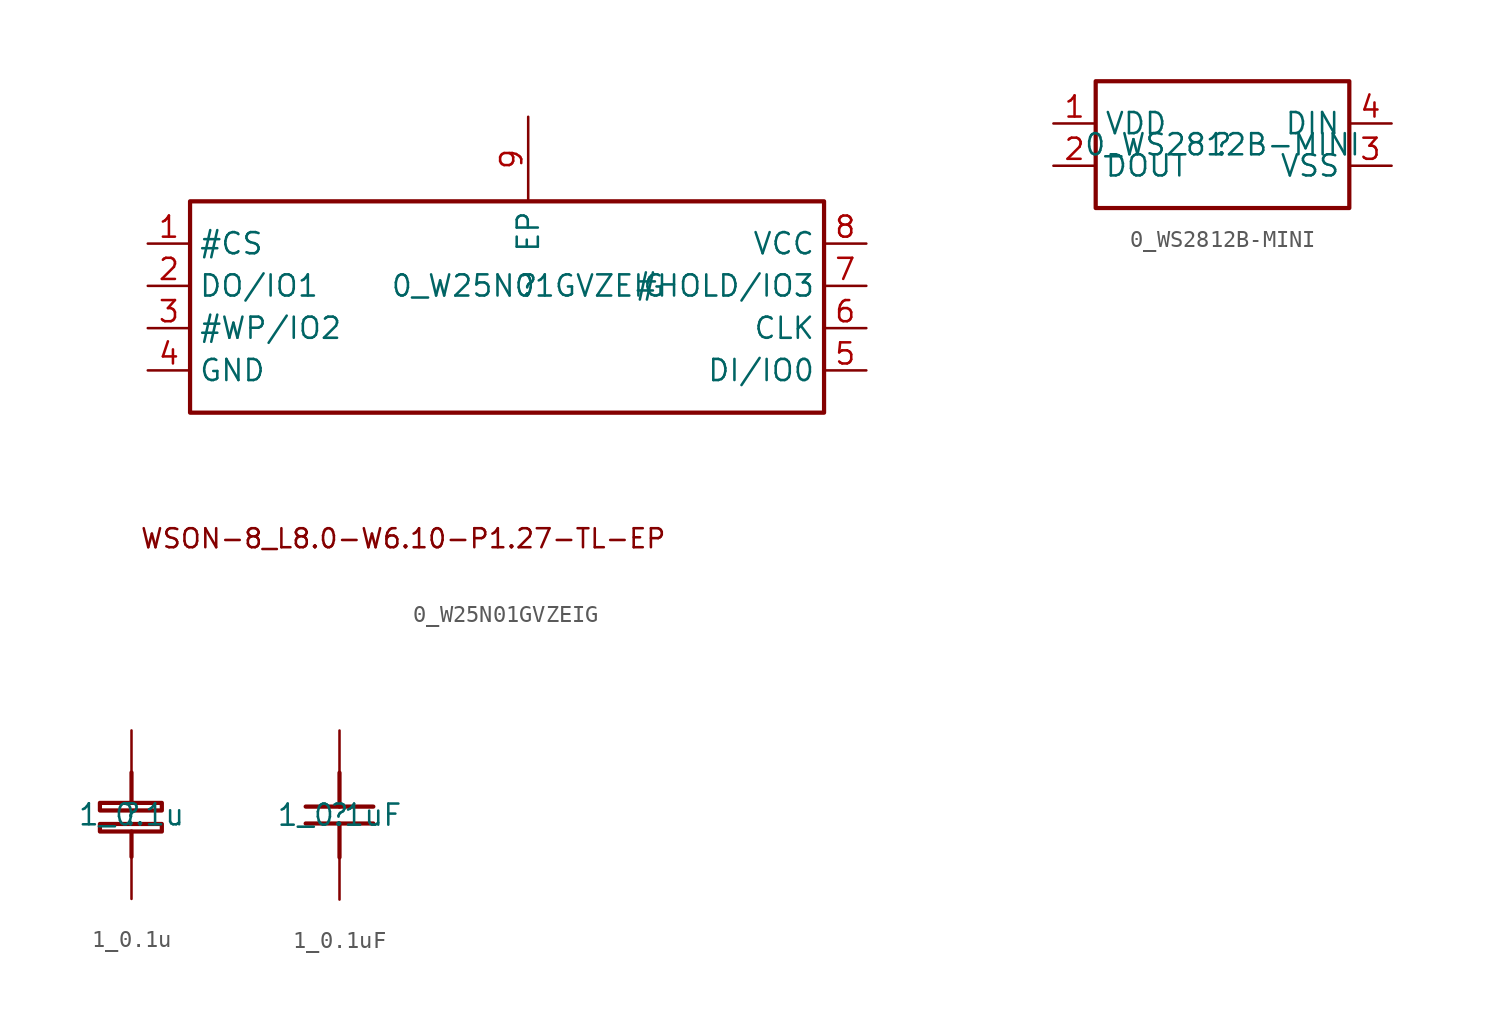
<source format=kicad_sym>
(kicad_symbol_lib
  (version 20211014)
  (generator kicad_symbol_editor)
  (symbol "0_W25N01GVZEIG"
    (property "Reference" ""
      (at 0 0 0)
      (effects (font (size 1.27 1.27))))
    (property "Value" "0_W25N01GVZEIG"
      (at 0 0 0)
      (effects (font (size 1.27 1.27))))
    (symbol "0_W25N01GVZEIG_1_0"
      (rectangle (start 17.78 5.08) (end -20.32 -7.62) (stroke (width 0.254) (type default) (color 0 0 0 0)) (fill (type none)))
      (text "WSON-8_L8.0-W6.10-P1.27-TL-EP" (at -23.368 -15.854 0) (effects (font (size 1.143 1.143)) (justify left bottom)))
      (pin passive line (at -22.86 2.54 0) (length 2.54) (name "#CS" (effects (font (size 1.27 1.27)))) (number "1" (effects (font (size 1.27 1.27)))))
      (pin passive line (at -22.86 0 0) (length 2.54) (name "DO/IO1" (effects (font (size 1.27 1.27)))) (number "2" (effects (font (size 1.27 1.27)))))
      (pin passive line (at -22.86 -2.54 0) (length 2.54) (name "#WP/IO2" (effects (font (size 1.27 1.27)))) (number "3" (effects (font (size 1.27 1.27)))))
      (pin passive line (at -22.86 -5.08 0) (length 2.54) (name "GND" (effects (font (size 1.27 1.27)))) (number "4" (effects (font (size 1.27 1.27)))))
      (pin passive line (at 20.32 -5.08 180) (length 2.54) (name "DI/IO0" (effects (font (size 1.27 1.27)))) (number "5" (effects (font (size 1.27 1.27)))))
      (pin passive line (at 20.32 -2.54 180) (length 2.54) (name "CLK" (effects (font (size 1.27 1.27)))) (number "6" (effects (font (size 1.27 1.27)))))
      (pin passive line (at 20.32 0 180) (length 2.54) (name "#HOLD/IO3" (effects (font (size 1.27 1.27)))) (number "7" (effects (font (size 1.27 1.27)))))
      (pin passive line (at 20.32 2.54 180) (length 2.54) (name "VCC" (effects (font (size 1.27 1.27)))) (number "8" (effects (font (size 1.27 1.27)))))
      (pin passive line (at 0 10.16 270) (length 5.08) (name "EP" (effects (font (size 1.27 1.27)))) (number "9" (effects (font (size 1.27 1.27)))))))
  (symbol "0_WS2812B-MINI"
    (property "Reference" ""
      (at 0 0 0)
      (effects (font (size 1.27 1.27))))
    (property "Value" "0_WS2812B-MINI"
      (at 0 0 0)
      (effects (font (size 1.27 1.27))))
    (symbol "0_WS2812B-MINI_1_0"
      (rectangle (start 7.62 3.81) (end -7.62 -3.81) (stroke (width 0.254) (type default) (color 0 0 0 0)) (fill (type none)))
      (pin passive line (at -10.16 1.27 0) (length 2.54) (name "VDD" (effects (font (size 1.27 1.27)))) (number "1" (effects (font (size 1.27 1.27)))))
      (pin passive line (at -10.16 -1.27 0) (length 2.54) (name "DOUT" (effects (font (size 1.27 1.27)))) (number "2" (effects (font (size 1.27 1.27)))))
      (pin passive line (at 10.16 -1.27 180) (length 2.54) (name "VSS" (effects (font (size 1.27 1.27)))) (number "3" (effects (font (size 1.27 1.27)))))
      (pin passive line (at 10.16 1.27 180) (length 2.54) (name "DIN" (effects (font (size 1.27 1.27)))) (number "4" (effects (font (size 1.27 1.27)))))))
  (symbol "1_0.1u"
    (property "Reference" ""
      (at 0 0 0)
      (effects (font (size 1.27 1.27))))
    (property "Value" "1_0.1u"
      (at 0 0 0)
      (effects (font (size 1.27 1.27))))
    (symbol "1_0.1u_1_0"
      (polyline (pts (xy 0 -2.54) (xy 0 -1.016)) (stroke (width 0.254) (type default) (color 0 0 0 0)) (fill (type none)))
      (polyline (pts (xy 0 2.54) (xy 0 0.762)) (stroke (width 0.254) (type default) (color 0 0 0 0)) (fill (type none)))
      (rectangle (start 1.829 -0.559) (end -1.905 -1.016) (stroke (width 0.254) (type default) (color 0 0 0 0)) (fill (type none)))
      (rectangle (start 1.829 0.711) (end -1.905 0.254) (stroke (width 0.254) (type default) (color 0 0 0 0)) (fill (type none)))
      (pin passive line (at 0 -5.08 90) (length 2.54) (name "1" (effects (font (size 0 0)))) (number "1" (effects (font (size 0 0)))))
      (pin passive line (at 0 5.08 270) (length 2.54) (name "2" (effects (font (size 0 0)))) (number "2" (effects (font (size 0 0)))))))
  (symbol "1_0.1uF"
    (property "Reference" ""
      (at 0 0 0)
      (effects (font (size 1.27 1.27))))
    (property "Value" "1_0.1uF"
      (at 0 0 0)
      (effects (font (size 1.27 1.27))))
    (symbol "1_0.1uF_1_0"
      (polyline (pts (xy -2.032 0.508) (xy 2.032 0.508)) (stroke (width 0.254) (type default) (color 0 0 0 0)) (fill (type none)))
      (polyline (pts (xy 0 -0.508) (xy 0 -2.54)) (stroke (width 0.254) (type default) (color 0 0 0 0)) (fill (type none)))
      (polyline (pts (xy 0 2.54) (xy 0 0.508)) (stroke (width 0.254) (type default) (color 0 0 0 0)) (fill (type none)))
      (polyline (pts (xy 2.032 -0.508) (xy -2.032 -0.508)) (stroke (width 0.254) (type default) (color 0 0 0 0)) (fill (type none)))
      (pin passive line (at 0 -5.08 90) (length 2.54) (name "1" (effects (font (size 0 0)))) (number "1" (effects (font (size 0 0)))))
      (pin passive line (at 0 5.08 270) (length 2.54) (name "2" (effects (font (size 0 0)))) (number "2" (effects (font (size 0 0))))))))
</source>
